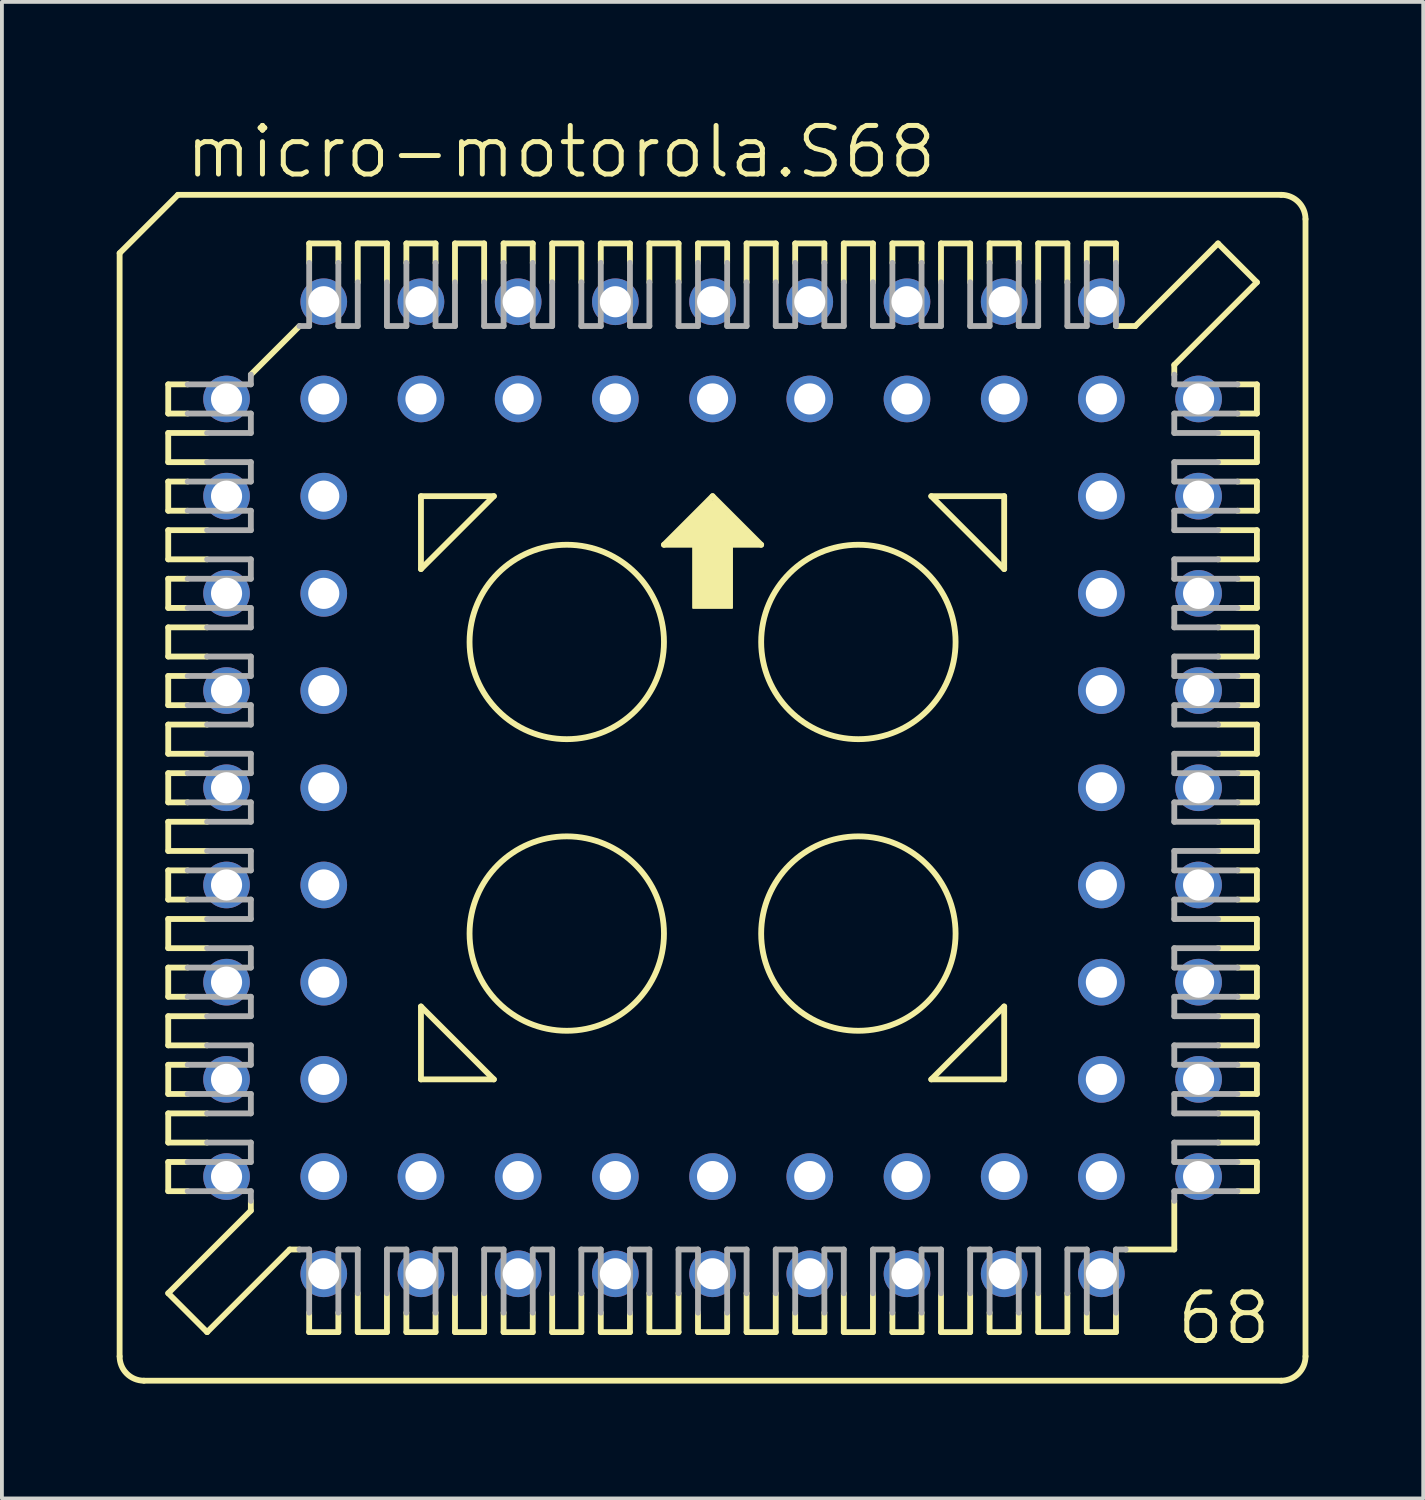
<source format=kicad_pcb>
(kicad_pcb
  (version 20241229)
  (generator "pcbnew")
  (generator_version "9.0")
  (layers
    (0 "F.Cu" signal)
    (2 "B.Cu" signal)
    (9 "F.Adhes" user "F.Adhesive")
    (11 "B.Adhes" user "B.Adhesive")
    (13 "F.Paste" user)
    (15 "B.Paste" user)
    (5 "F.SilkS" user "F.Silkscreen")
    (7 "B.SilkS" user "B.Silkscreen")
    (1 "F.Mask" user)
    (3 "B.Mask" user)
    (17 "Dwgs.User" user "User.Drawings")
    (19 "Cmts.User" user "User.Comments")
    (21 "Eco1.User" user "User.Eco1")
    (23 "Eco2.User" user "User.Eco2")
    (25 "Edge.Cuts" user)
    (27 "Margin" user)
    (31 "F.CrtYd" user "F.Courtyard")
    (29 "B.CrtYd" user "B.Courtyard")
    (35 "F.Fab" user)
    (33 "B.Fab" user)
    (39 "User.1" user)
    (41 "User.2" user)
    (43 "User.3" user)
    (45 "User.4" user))
  (footprint "micro-motorola.S68"
    (layer "F.Cu")
    (at 15.57 17.535)
    (property "Reference" "micro-motorola.S68" (at -13.843 -15.875 0) (layer "F.SilkS") (effects (font (size 1.27 1.27) (thickness 0.13)) (justify left bottom)))
    (attr through_hole)
    (fp_line (start -15.494 -13.97) (end -15.494 14.859) (stroke (width 0.152) (type default)) (layer "F.SilkS"))
    (fp_line (start -14.224 -10.541) (end -14.224 -9.779) (stroke (width 0.152) (type default)) (layer "F.SilkS"))
    (fp_line (start -14.224 -9.779) (end -13.716 -9.779) (stroke (width 0.152) (type default)) (layer "F.SilkS"))
    (fp_line (start -14.224 -9.271) (end -14.224 -8.509) (stroke (width 0.152) (type default)) (layer "F.SilkS"))
    (fp_line (start -14.224 -8.509) (end -13.208 -8.509) (stroke (width 0.152) (type default)) (layer "F.SilkS"))
    (fp_line (start -14.224 -8.001) (end -13.716 -8.001) (stroke (width 0.152) (type default)) (layer "F.SilkS"))
    (fp_line (start -14.224 -7.239) (end -14.224 -8.001) (stroke (width 0.152) (type default)) (layer "F.SilkS"))
    (fp_line (start -14.224 -6.731) (end -14.224 -5.969) (stroke (width 0.152) (type default)) (layer "F.SilkS"))
    (fp_line (start -14.224 -5.969) (end -13.208 -5.969) (stroke (width 0.152) (type default)) (layer "F.SilkS"))
    (fp_line (start -14.224 -5.461) (end -14.224 -4.699) (stroke (width 0.152) (type default)) (layer "F.SilkS"))
    (fp_line (start -14.224 -4.699) (end -13.716 -4.699) (stroke (width 0.152) (type default)) (layer "F.SilkS"))
    (fp_line (start -14.224 -4.191) (end -14.224 -3.429) (stroke (width 0.152) (type default)) (layer "F.SilkS"))
    (fp_line (start -14.224 -3.429) (end -13.208 -3.429) (stroke (width 0.152) (type default)) (layer "F.SilkS"))
    (fp_line (start -14.224 -2.921) (end -14.224 -2.159) (stroke (width 0.152) (type default)) (layer "F.SilkS"))
    (fp_line (start -14.224 -2.159) (end -13.716 -2.159) (stroke (width 0.152) (type default)) (layer "F.SilkS"))
    (fp_line (start -14.224 -1.651) (end -13.208 -1.651) (stroke (width 0.152) (type default)) (layer "F.SilkS"))
    (fp_line (start -14.224 -0.889) (end -14.224 -1.651) (stroke (width 0.152) (type default)) (layer "F.SilkS"))
    (fp_line (start -14.224 -0.381) (end -13.716 -0.381) (stroke (width 0.152) (type default)) (layer "F.SilkS"))
    (fp_line (start -14.224 0.381) (end -14.224 -0.381) (stroke (width 0.152) (type default)) (layer "F.SilkS"))
    (fp_line (start -14.224 0.889) (end -13.208 0.889) (stroke (width 0.152) (type default)) (layer "F.SilkS"))
    (fp_line (start -14.224 1.651) (end -14.224 0.889) (stroke (width 0.152) (type default)) (layer "F.SilkS"))
    (fp_line (start -14.224 2.159) (end -13.716 2.159) (stroke (width 0.152) (type default)) (layer "F.SilkS"))
    (fp_line (start -14.224 2.921) (end -14.224 2.159) (stroke (width 0.152) (type default)) (layer "F.SilkS"))
    (fp_line (start -14.224 3.429) (end -13.208 3.429) (stroke (width 0.152) (type default)) (layer "F.SilkS"))
    (fp_line (start -14.224 4.191) (end -14.224 3.429) (stroke (width 0.152) (type default)) (layer "F.SilkS"))
    (fp_line (start -14.224 4.699) (end -13.716 4.699) (stroke (width 0.152) (type default)) (layer "F.SilkS"))
    (fp_line (start -14.224 5.461) (end -14.224 4.699) (stroke (width 0.152) (type default)) (layer "F.SilkS"))
    (fp_line (start -14.224 5.969) (end -14.224 6.731) (stroke (width 0.152) (type default)) (layer "F.SilkS"))
    (fp_line (start -14.224 6.731) (end -13.208 6.731) (stroke (width 0.152) (type default)) (layer "F.SilkS"))
    (fp_line (start -14.224 7.239) (end -14.224 8.001) (stroke (width 0.152) (type default)) (layer "F.SilkS"))
    (fp_line (start -14.224 8.001) (end -13.716 8.001) (stroke (width 0.152) (type default)) (layer "F.SilkS"))
    (fp_line (start -14.224 8.509) (end -14.224 9.271) (stroke (width 0.152) (type default)) (layer "F.SilkS"))
    (fp_line (start -14.224 9.271) (end -13.208 9.271) (stroke (width 0.152) (type default)) (layer "F.SilkS"))
    (fp_line (start -14.224 9.779) (end -13.716 9.779) (stroke (width 0.152) (type default)) (layer "F.SilkS"))
    (fp_line (start -14.224 10.541) (end -14.224 9.779) (stroke (width 0.152) (type default)) (layer "F.SilkS"))
    (fp_line (start -14.224 13.208) (end -12.065 11.049) (stroke (width 0.152) (type default)) (layer "F.SilkS"))
    (fp_line (start -13.97 -15.494) (end -15.494 -13.97) (stroke (width 0.152) (type default)) (layer "F.SilkS"))
    (fp_line (start -13.716 -10.541) (end -14.224 -10.541) (stroke (width 0.152) (type default)) (layer "F.SilkS"))
    (fp_line (start -13.716 -7.239) (end -14.224 -7.239) (stroke (width 0.152) (type default)) (layer "F.SilkS"))
    (fp_line (start -13.716 -5.461) (end -14.224 -5.461) (stroke (width 0.152) (type default)) (layer "F.SilkS"))
    (fp_line (start -13.716 -2.921) (end -14.224 -2.921) (stroke (width 0.152) (type default)) (layer "F.SilkS"))
    (fp_line (start -13.716 0.381) (end -14.224 0.381) (stroke (width 0.152) (type default)) (layer "F.SilkS"))
    (fp_line (start -13.716 2.921) (end -14.224 2.921) (stroke (width 0.152) (type default)) (layer "F.SilkS"))
    (fp_line (start -13.716 5.461) (end -14.224 5.461) (stroke (width 0.152) (type default)) (layer "F.SilkS"))
    (fp_line (start -13.716 7.239) (end -14.224 7.239) (stroke (width 0.152) (type default)) (layer "F.SilkS"))
    (fp_line (start -13.716 10.541) (end -14.224 10.541) (stroke (width 0.152) (type default)) (layer "F.SilkS"))
    (fp_line (start -13.208 -9.271) (end -14.224 -9.271) (stroke (width 0.152) (type default)) (layer "F.SilkS"))
    (fp_line (start -13.208 -6.731) (end -14.224 -6.731) (stroke (width 0.152) (type default)) (layer "F.SilkS"))
    (fp_line (start -13.208 -4.191) (end -14.224 -4.191) (stroke (width 0.152) (type default)) (layer "F.SilkS"))
    (fp_line (start -13.208 -0.889) (end -14.224 -0.889) (stroke (width 0.152) (type default)) (layer "F.SilkS"))
    (fp_line (start -13.208 1.651) (end -14.224 1.651) (stroke (width 0.152) (type default)) (layer "F.SilkS"))
    (fp_line (start -13.208 4.191) (end -14.224 4.191) (stroke (width 0.152) (type default)) (layer "F.SilkS"))
    (fp_line (start -13.208 5.969) (end -14.224 5.969) (stroke (width 0.152) (type default)) (layer "F.SilkS"))
    (fp_line (start -13.208 8.509) (end -14.224 8.509) (stroke (width 0.152) (type default)) (layer "F.SilkS"))
    (fp_line (start -13.208 14.224) (end -14.224 13.208) (stroke (width 0.152) (type default)) (layer "F.SilkS"))
    (fp_line (start -13.208 14.224) (end -11.049 12.065) (stroke (width 0.152) (type default)) (layer "F.SilkS"))
    (fp_line (start -12.065 -10.795) (end -10.795 -12.065) (stroke (width 0.152) (type default)) (layer "F.SilkS"))
    (fp_line (start -12.065 11.049) (end -12.065 10.795) (stroke (width 0.152) (type default)) (layer "F.SilkS"))
    (fp_line (start -11.049 12.065) (end -10.795 12.065) (stroke (width 0.152) (type default)) (layer "F.SilkS"))
    (fp_line (start -10.541 -14.224) (end -10.541 -13.716) (stroke (width 0.152) (type default)) (layer "F.SilkS"))
    (fp_line (start -10.541 13.716) (end -10.541 14.224) (stroke (width 0.152) (type default)) (layer "F.SilkS"))
    (fp_line (start -10.541 14.224) (end -9.779 14.224) (stroke (width 0.152) (type default)) (layer "F.SilkS"))
    (fp_line (start -9.779 -14.224) (end -10.541 -14.224) (stroke (width 0.152) (type default)) (layer "F.SilkS"))
    (fp_line (start -9.779 -13.716) (end -9.779 -14.224) (stroke (width 0.152) (type default)) (layer "F.SilkS"))
    (fp_line (start -9.779 14.224) (end -9.779 13.716) (stroke (width 0.152) (type default)) (layer "F.SilkS"))
    (fp_line (start -9.271 -14.224) (end -9.271 -13.208) (stroke (width 0.152) (type default)) (layer "F.SilkS"))
    (fp_line (start -9.271 13.208) (end -9.271 14.224) (stroke (width 0.152) (type default)) (layer "F.SilkS"))
    (fp_line (start -9.271 14.224) (end -8.509 14.224) (stroke (width 0.152) (type default)) (layer "F.SilkS"))
    (fp_line (start -8.509 -14.224) (end -9.271 -14.224) (stroke (width 0.152) (type default)) (layer "F.SilkS"))
    (fp_line (start -8.509 -13.208) (end -8.509 -14.224) (stroke (width 0.152) (type default)) (layer "F.SilkS"))
    (fp_line (start -8.509 14.224) (end -8.509 13.208) (stroke (width 0.152) (type default)) (layer "F.SilkS"))
    (fp_line (start -8.001 -14.224) (end -8.001 -13.716) (stroke (width 0.152) (type default)) (layer "F.SilkS"))
    (fp_line (start -8.001 14.224) (end -8.001 13.716) (stroke (width 0.152) (type default)) (layer "F.SilkS"))
    (fp_line (start -7.62 -7.62) (end -5.715 -7.62) (stroke (width 0.152) (type default)) (layer "F.SilkS"))
    (fp_line (start -7.62 -5.715) (end -7.62 -7.62) (stroke (width 0.152) (type default)) (layer "F.SilkS"))
    (fp_line (start -7.62 5.715) (end -5.715 7.62) (stroke (width 0.152) (type default)) (layer "F.SilkS"))
    (fp_line (start -7.62 7.62) (end -7.62 5.715) (stroke (width 0.152) (type default)) (layer "F.SilkS"))
    (fp_line (start -7.239 -14.224) (end -8.001 -14.224) (stroke (width 0.152) (type default)) (layer "F.SilkS"))
    (fp_line (start -7.239 -13.716) (end -7.239 -14.224) (stroke (width 0.152) (type default)) (layer "F.SilkS"))
    (fp_line (start -7.239 13.716) (end -7.239 14.224) (stroke (width 0.152) (type default)) (layer "F.SilkS"))
    (fp_line (start -7.239 14.224) (end -8.001 14.224) (stroke (width 0.152) (type default)) (layer "F.SilkS"))
    (fp_line (start -6.731 -14.224) (end -6.731 -13.208) (stroke (width 0.152) (type default)) (layer "F.SilkS"))
    (fp_line (start -6.731 13.208) (end -6.731 14.224) (stroke (width 0.152) (type default)) (layer "F.SilkS"))
    (fp_line (start -6.731 14.224) (end -5.969 14.224) (stroke (width 0.152) (type default)) (layer "F.SilkS"))
    (fp_line (start -5.969 -14.224) (end -6.731 -14.224) (stroke (width 0.152) (type default)) (layer "F.SilkS"))
    (fp_line (start -5.969 -13.208) (end -5.969 -14.224) (stroke (width 0.152) (type default)) (layer "F.SilkS"))
    (fp_line (start -5.969 14.224) (end -5.969 13.208) (stroke (width 0.152) (type default)) (layer "F.SilkS"))
    (fp_line (start -5.715 -7.62) (end -7.62 -5.715) (stroke (width 0.152) (type default)) (layer "F.SilkS"))
    (fp_line (start -5.715 7.62) (end -7.62 7.62) (stroke (width 0.152) (type default)) (layer "F.SilkS"))
    (fp_line (start -5.461 -14.224) (end -5.461 -13.716) (stroke (width 0.152) (type default)) (layer "F.SilkS"))
    (fp_line (start -5.461 13.716) (end -5.461 14.224) (stroke (width 0.152) (type default)) (layer "F.SilkS"))
    (fp_line (start -5.461 14.224) (end -4.699 14.224) (stroke (width 0.152) (type default)) (layer "F.SilkS"))
    (fp_line (start -4.699 -14.224) (end -5.461 -14.224) (stroke (width 0.152) (type default)) (layer "F.SilkS"))
    (fp_line (start -4.699 -13.716) (end -4.699 -14.224) (stroke (width 0.152) (type default)) (layer "F.SilkS"))
    (fp_line (start -4.699 14.224) (end -4.699 13.716) (stroke (width 0.152) (type default)) (layer "F.SilkS"))
    (fp_line (start -4.191 -14.224) (end -4.191 -13.208) (stroke (width 0.152) (type default)) (layer "F.SilkS"))
    (fp_line (start -4.191 13.208) (end -4.191 14.224) (stroke (width 0.152) (type default)) (layer "F.SilkS"))
    (fp_line (start -4.191 14.224) (end -3.429 14.224) (stroke (width 0.152) (type default)) (layer "F.SilkS"))
    (fp_line (start -3.429 -14.224) (end -4.191 -14.224) (stroke (width 0.152) (type default)) (layer "F.SilkS"))
    (fp_line (start -3.429 -13.208) (end -3.429 -14.224) (stroke (width 0.152) (type default)) (layer "F.SilkS"))
    (fp_line (start -3.429 14.224) (end -3.429 13.208) (stroke (width 0.152) (type default)) (layer "F.SilkS"))
    (fp_line (start -2.921 -14.224) (end -2.921 -13.716) (stroke (width 0.152) (type default)) (layer "F.SilkS"))
    (fp_line (start -2.921 13.716) (end -2.921 14.224) (stroke (width 0.152) (type default)) (layer "F.SilkS"))
    (fp_line (start -2.921 14.224) (end -2.159 14.224) (stroke (width 0.152) (type default)) (layer "F.SilkS"))
    (fp_line (start -2.159 -14.224) (end -2.921 -14.224) (stroke (width 0.152) (type default)) (layer "F.SilkS"))
    (fp_line (start -2.159 -13.716) (end -2.159 -14.224) (stroke (width 0.152) (type default)) (layer "F.SilkS"))
    (fp_line (start -2.159 14.224) (end -2.159 13.716) (stroke (width 0.152) (type default)) (layer "F.SilkS"))
    (fp_line (start -1.651 -14.224) (end -1.651 -13.208) (stroke (width 0.152) (type default)) (layer "F.SilkS"))
    (fp_line (start -1.651 13.208) (end -1.651 14.224) (stroke (width 0.152) (type default)) (layer "F.SilkS"))
    (fp_line (start -1.651 14.224) (end -0.889 14.224) (stroke (width 0.152) (type default)) (layer "F.SilkS"))
    (fp_line (start -1.27 -6.35) (end 1.27 -6.35) (stroke (width 0.152) (type default)) (layer "F.SilkS"))
    (fp_line (start -0.889 -14.224) (end -1.651 -14.224) (stroke (width 0.152) (type default)) (layer "F.SilkS"))
    (fp_line (start -0.889 -13.208) (end -0.889 -14.224) (stroke (width 0.152) (type default)) (layer "F.SilkS"))
    (fp_line (start -0.889 14.224) (end -0.889 13.208) (stroke (width 0.152) (type default)) (layer "F.SilkS"))
    (fp_line (start -0.381 -14.224) (end -0.381 -13.716) (stroke (width 0.152) (type default)) (layer "F.SilkS"))
    (fp_line (start -0.381 13.716) (end -0.381 14.224) (stroke (width 0.152) (type default)) (layer "F.SilkS"))
    (fp_line (start -0.381 14.224) (end 0.381 14.224) (stroke (width 0.152) (type default)) (layer "F.SilkS"))
    (fp_line (start 0 -7.62) (end -1.27 -6.35) (stroke (width 0.152) (type default)) (layer "F.SilkS"))
    (fp_line (start 0.381 -14.224) (end -0.381 -14.224) (stroke (width 0.152) (type default)) (layer "F.SilkS"))
    (fp_line (start 0.381 -13.716) (end 0.381 -14.224) (stroke (width 0.152) (type default)) (layer "F.SilkS"))
    (fp_line (start 0.381 14.224) (end 0.381 13.716) (stroke (width 0.152) (type default)) (layer "F.SilkS"))
    (fp_line (start 0.889 -14.224) (end 0.889 -13.208) (stroke (width 0.152) (type default)) (layer "F.SilkS"))
    (fp_line (start 0.889 13.208) (end 0.889 14.224) (stroke (width 0.152) (type default)) (layer "F.SilkS"))
    (fp_line (start 0.889 14.224) (end 1.651 14.224) (stroke (width 0.152) (type default)) (layer "F.SilkS"))
    (fp_line (start 1.27 -6.35) (end 0 -7.62) (stroke (width 0.152) (type default)) (layer "F.SilkS"))
    (fp_line (start 1.651 -14.224) (end 0.889 -14.224) (stroke (width 0.152) (type default)) (layer "F.SilkS"))
    (fp_line (start 1.651 -13.208) (end 1.651 -14.224) (stroke (width 0.152) (type default)) (layer "F.SilkS"))
    (fp_line (start 1.651 14.224) (end 1.651 13.208) (stroke (width 0.152) (type default)) (layer "F.SilkS"))
    (fp_line (start 2.159 -14.224) (end 2.159 -13.716) (stroke (width 0.152) (type default)) (layer "F.SilkS"))
    (fp_line (start 2.159 13.716) (end 2.159 14.224) (stroke (width 0.152) (type default)) (layer "F.SilkS"))
    (fp_line (start 2.159 14.224) (end 2.921 14.224) (stroke (width 0.152) (type default)) (layer "F.SilkS"))
    (fp_line (start 2.921 -14.224) (end 2.159 -14.224) (stroke (width 0.152) (type default)) (layer "F.SilkS"))
    (fp_line (start 2.921 -13.716) (end 2.921 -14.224) (stroke (width 0.152) (type default)) (layer "F.SilkS"))
    (fp_line (start 2.921 14.224) (end 2.921 13.716) (stroke (width 0.152) (type default)) (layer "F.SilkS"))
    (fp_line (start 3.429 -14.224) (end 3.429 -13.208) (stroke (width 0.152) (type default)) (layer "F.SilkS"))
    (fp_line (start 3.429 13.208) (end 3.429 14.224) (stroke (width 0.152) (type default)) (layer "F.SilkS"))
    (fp_line (start 3.429 14.224) (end 4.191 14.224) (stroke (width 0.152) (type default)) (layer "F.SilkS"))
    (fp_line (start 4.191 -14.224) (end 3.429 -14.224) (stroke (width 0.152) (type default)) (layer "F.SilkS"))
    (fp_line (start 4.191 -13.208) (end 4.191 -14.224) (stroke (width 0.152) (type default)) (layer "F.SilkS"))
    (fp_line (start 4.191 14.224) (end 4.191 13.208) (stroke (width 0.152) (type default)) (layer "F.SilkS"))
    (fp_line (start 4.699 -14.224) (end 4.699 -13.716) (stroke (width 0.152) (type default)) (layer "F.SilkS"))
    (fp_line (start 4.699 13.716) (end 4.699 14.224) (stroke (width 0.152) (type default)) (layer "F.SilkS"))
    (fp_line (start 4.699 14.224) (end 5.461 14.224) (stroke (width 0.152) (type default)) (layer "F.SilkS"))
    (fp_line (start 5.461 -14.224) (end 4.699 -14.224) (stroke (width 0.152) (type default)) (layer "F.SilkS"))
    (fp_line (start 5.461 -13.716) (end 5.461 -14.224) (stroke (width 0.152) (type default)) (layer "F.SilkS"))
    (fp_line (start 5.461 14.224) (end 5.461 13.716) (stroke (width 0.152) (type default)) (layer "F.SilkS"))
    (fp_line (start 5.715 -7.62) (end 7.62 -7.62) (stroke (width 0.152) (type default)) (layer "F.SilkS"))
    (fp_line (start 5.715 7.62) (end 7.62 7.62) (stroke (width 0.152) (type default)) (layer "F.SilkS"))
    (fp_line (start 5.969 -14.224) (end 5.969 -13.208) (stroke (width 0.152) (type default)) (layer "F.SilkS"))
    (fp_line (start 5.969 13.208) (end 5.969 14.224) (stroke (width 0.152) (type default)) (layer "F.SilkS"))
    (fp_line (start 5.969 14.224) (end 6.731 14.224) (stroke (width 0.152) (type default)) (layer "F.SilkS"))
    (fp_line (start 6.731 -14.224) (end 5.969 -14.224) (stroke (width 0.152) (type default)) (layer "F.SilkS"))
    (fp_line (start 6.731 -13.208) (end 6.731 -14.224) (stroke (width 0.152) (type default)) (layer "F.SilkS"))
    (fp_line (start 6.731 14.224) (end 6.731 13.208) (stroke (width 0.152) (type default)) (layer "F.SilkS"))
    (fp_line (start 7.239 -14.224) (end 8.001 -14.224) (stroke (width 0.152) (type default)) (layer "F.SilkS"))
    (fp_line (start 7.239 -13.716) (end 7.239 -14.224) (stroke (width 0.152) (type default)) (layer "F.SilkS"))
    (fp_line (start 7.239 13.716) (end 7.239 14.224) (stroke (width 0.152) (type default)) (layer "F.SilkS"))
    (fp_line (start 7.239 14.224) (end 8.001 14.224) (stroke (width 0.152) (type default)) (layer "F.SilkS"))
    (fp_line (start 7.62 -7.62) (end 7.62 -5.715) (stroke (width 0.152) (type default)) (layer "F.SilkS"))
    (fp_line (start 7.62 -5.715) (end 5.715 -7.62) (stroke (width 0.152) (type default)) (layer "F.SilkS"))
    (fp_line (start 7.62 5.715) (end 5.715 7.62) (stroke (width 0.152) (type default)) (layer "F.SilkS"))
    (fp_line (start 7.62 7.62) (end 7.62 5.715) (stroke (width 0.152) (type default)) (layer "F.SilkS"))
    (fp_line (start 8.001 -14.224) (end 8.001 -13.716) (stroke (width 0.152) (type default)) (layer "F.SilkS"))
    (fp_line (start 8.001 14.224) (end 8.001 13.716) (stroke (width 0.152) (type default)) (layer "F.SilkS"))
    (fp_line (start 8.509 -14.224) (end 8.509 -13.208) (stroke (width 0.152) (type default)) (layer "F.SilkS"))
    (fp_line (start 8.509 13.208) (end 8.509 14.224) (stroke (width 0.152) (type default)) (layer "F.SilkS"))
    (fp_line (start 8.509 14.224) (end 9.271 14.224) (stroke (width 0.152) (type default)) (layer "F.SilkS"))
    (fp_line (start 9.271 -14.224) (end 8.509 -14.224) (stroke (width 0.152) (type default)) (layer "F.SilkS"))
    (fp_line (start 9.271 -13.208) (end 9.271 -14.224) (stroke (width 0.152) (type default)) (layer "F.SilkS"))
    (fp_line (start 9.271 14.224) (end 9.271 13.208) (stroke (width 0.152) (type default)) (layer "F.SilkS"))
    (fp_line (start 9.779 -14.224) (end 9.779 -13.716) (stroke (width 0.152) (type default)) (layer "F.SilkS"))
    (fp_line (start 9.779 13.716) (end 9.779 14.224) (stroke (width 0.152) (type default)) (layer "F.SilkS"))
    (fp_line (start 9.779 14.224) (end 10.541 14.224) (stroke (width 0.152) (type default)) (layer "F.SilkS"))
    (fp_line (start 10.541 -14.224) (end 9.779 -14.224) (stroke (width 0.152) (type default)) (layer "F.SilkS"))
    (fp_line (start 10.541 -13.716) (end 10.541 -14.224) (stroke (width 0.152) (type default)) (layer "F.SilkS"))
    (fp_line (start 10.541 14.224) (end 10.541 13.716) (stroke (width 0.152) (type default)) (layer "F.SilkS"))
    (fp_line (start 10.795 12.065) (end 12.065 12.065) (stroke (width 0.152) (type default)) (layer "F.SilkS"))
    (fp_line (start 11.049 -12.065) (end 10.541 -12.065) (stroke (width 0.152) (type default)) (layer "F.SilkS"))
    (fp_line (start 12.065 -11.049) (end 12.065 -10.795) (stroke (width 0.152) (type default)) (layer "F.SilkS"))
    (fp_line (start 12.065 12.065) (end 12.065 10.795) (stroke (width 0.152) (type default)) (layer "F.SilkS"))
    (fp_line (start 13.208 -14.224) (end 11.049 -12.065) (stroke (width 0.152) (type default)) (layer "F.SilkS"))
    (fp_line (start 13.208 -8.509) (end 14.224 -8.509) (stroke (width 0.152) (type default)) (layer "F.SilkS"))
    (fp_line (start 13.208 -5.969) (end 14.224 -5.969) (stroke (width 0.152) (type default)) (layer "F.SilkS"))
    (fp_line (start 13.208 -4.191) (end 14.224 -4.191) (stroke (width 0.152) (type default)) (layer "F.SilkS"))
    (fp_line (start 13.208 -1.651) (end 14.224 -1.651) (stroke (width 0.152) (type default)) (layer "F.SilkS"))
    (fp_line (start 13.208 0.889) (end 14.224 0.889) (stroke (width 0.152) (type default)) (layer "F.SilkS"))
    (fp_line (start 13.208 4.191) (end 14.224 4.191) (stroke (width 0.152) (type default)) (layer "F.SilkS"))
    (fp_line (start 13.208 6.731) (end 14.224 6.731) (stroke (width 0.152) (type default)) (layer "F.SilkS"))
    (fp_line (start 13.208 9.271) (end 14.224 9.271) (stroke (width 0.152) (type default)) (layer "F.SilkS"))
    (fp_line (start 13.716 -10.541) (end 14.224 -10.541) (stroke (width 0.152) (type default)) (layer "F.SilkS"))
    (fp_line (start 13.716 -7.239) (end 14.224 -7.239) (stroke (width 0.152) (type default)) (layer "F.SilkS"))
    (fp_line (start 13.716 -5.461) (end 14.224 -5.461) (stroke (width 0.152) (type default)) (layer "F.SilkS"))
    (fp_line (start 13.716 -2.921) (end 14.224 -2.921) (stroke (width 0.152) (type default)) (layer "F.SilkS"))
    (fp_line (start 13.716 -0.381) (end 14.224 -0.381) (stroke (width 0.152) (type default)) (layer "F.SilkS"))
    (fp_line (start 13.716 2.921) (end 14.224 2.921) (stroke (width 0.152) (type default)) (layer "F.SilkS"))
    (fp_line (start 13.716 5.461) (end 14.224 5.461) (stroke (width 0.152) (type default)) (layer "F.SilkS"))
    (fp_line (start 13.716 7.239) (end 14.224 7.239) (stroke (width 0.152) (type default)) (layer "F.SilkS"))
    (fp_line (start 13.716 10.541) (end 14.224 10.541) (stroke (width 0.152) (type default)) (layer "F.SilkS"))
    (fp_line (start 14.224 -13.208) (end 12.065 -11.049) (stroke (width 0.152) (type default)) (layer "F.SilkS"))
    (fp_line (start 14.224 -13.208) (end 13.208 -14.224) (stroke (width 0.152) (type default)) (layer "F.SilkS"))
    (fp_line (start 14.224 -10.541) (end 14.224 -9.779) (stroke (width 0.152) (type default)) (layer "F.SilkS"))
    (fp_line (start 14.224 -9.779) (end 13.716 -9.779) (stroke (width 0.152) (type default)) (layer "F.SilkS"))
    (fp_line (start 14.224 -9.271) (end 13.208 -9.271) (stroke (width 0.152) (type default)) (layer "F.SilkS"))
    (fp_line (start 14.224 -8.509) (end 14.224 -9.271) (stroke (width 0.152) (type default)) (layer "F.SilkS"))
    (fp_line (start 14.224 -8.001) (end 13.716 -8.001) (stroke (width 0.152) (type default)) (layer "F.SilkS"))
    (fp_line (start 14.224 -7.239) (end 14.224 -8.001) (stroke (width 0.152) (type default)) (layer "F.SilkS"))
    (fp_line (start 14.224 -6.731) (end 13.208 -6.731) (stroke (width 0.152) (type default)) (layer "F.SilkS"))
    (fp_line (start 14.224 -5.969) (end 14.224 -6.731) (stroke (width 0.152) (type default)) (layer "F.SilkS"))
    (fp_line (start 14.224 -5.461) (end 14.224 -4.699) (stroke (width 0.152) (type default)) (layer "F.SilkS"))
    (fp_line (start 14.224 -4.699) (end 13.716 -4.699) (stroke (width 0.152) (type default)) (layer "F.SilkS"))
    (fp_line (start 14.224 -4.191) (end 14.224 -3.429) (stroke (width 0.152) (type default)) (layer "F.SilkS"))
    (fp_line (start 14.224 -3.429) (end 13.208 -3.429) (stroke (width 0.152) (type default)) (layer "F.SilkS"))
    (fp_line (start 14.224 -2.921) (end 14.224 -2.159) (stroke (width 0.152) (type default)) (layer "F.SilkS"))
    (fp_line (start 14.224 -2.159) (end 13.716 -2.159) (stroke (width 0.152) (type default)) (layer "F.SilkS"))
    (fp_line (start 14.224 -1.651) (end 14.224 -0.889) (stroke (width 0.152) (type default)) (layer "F.SilkS"))
    (fp_line (start 14.224 -0.889) (end 13.208 -0.889) (stroke (width 0.152) (type default)) (layer "F.SilkS"))
    (fp_line (start 14.224 -0.381) (end 14.224 0.381) (stroke (width 0.152) (type default)) (layer "F.SilkS"))
    (fp_line (start 14.224 0.381) (end 13.716 0.381) (stroke (width 0.152) (type default)) (layer "F.SilkS"))
    (fp_line (start 14.224 0.889) (end 14.224 1.651) (stroke (width 0.152) (type default)) (layer "F.SilkS"))
    (fp_line (start 14.224 1.651) (end 13.208 1.651) (stroke (width 0.152) (type default)) (layer "F.SilkS"))
    (fp_line (start 14.224 2.159) (end 13.716 2.159) (stroke (width 0.152) (type default)) (layer "F.SilkS"))
    (fp_line (start 14.224 2.921) (end 14.224 2.159) (stroke (width 0.152) (type default)) (layer "F.SilkS"))
    (fp_line (start 14.224 3.429) (end 13.208 3.429) (stroke (width 0.152) (type default)) (layer "F.SilkS"))
    (fp_line (start 14.224 4.191) (end 14.224 3.429) (stroke (width 0.152) (type default)) (layer "F.SilkS"))
    (fp_line (start 14.224 4.699) (end 13.716 4.699) (stroke (width 0.152) (type default)) (layer "F.SilkS"))
    (fp_line (start 14.224 5.461) (end 14.224 4.699) (stroke (width 0.152) (type default)) (layer "F.SilkS"))
    (fp_line (start 14.224 5.969) (end 13.208 5.969) (stroke (width 0.152) (type default)) (layer "F.SilkS"))
    (fp_line (start 14.224 6.731) (end 14.224 5.969) (stroke (width 0.152) (type default)) (layer "F.SilkS"))
    (fp_line (start 14.224 7.239) (end 14.224 8.001) (stroke (width 0.152) (type default)) (layer "F.SilkS"))
    (fp_line (start 14.224 8.001) (end 13.716 8.001) (stroke (width 0.152) (type default)) (layer "F.SilkS"))
    (fp_line (start 14.224 8.509) (end 13.208 8.509) (stroke (width 0.152) (type default)) (layer "F.SilkS"))
    (fp_line (start 14.224 9.271) (end 14.224 8.509) (stroke (width 0.152) (type default)) (layer "F.SilkS"))
    (fp_line (start 14.224 9.779) (end 13.716 9.779) (stroke (width 0.152) (type default)) (layer "F.SilkS"))
    (fp_line (start 14.224 10.541) (end 14.224 9.779) (stroke (width 0.152) (type default)) (layer "F.SilkS"))
    (fp_line (start 14.859 -15.494) (end -13.97 -15.494) (stroke (width 0.152) (type default)) (layer "F.SilkS"))
    (fp_line (start 14.859 15.494) (end -14.859 15.494) (stroke (width 0.152) (type default)) (layer "F.SilkS"))
    (fp_line (start 15.494 -14.859) (end 15.494 14.859) (stroke (width 0.152) (type default)) (layer "F.SilkS"))
    (fp_rect (start -1.143 -6.35) (end -0.889 -6.477) (stroke (width 0.05) (type default)) (fill yes) (layer "F.SilkS"))
    (fp_rect (start -1.016 -6.477) (end -0.889 -6.604) (stroke (width 0.05) (type default)) (fill yes) (layer "F.SilkS"))
    (fp_rect (start -0.889 -6.35) (end 0.889 -6.731) (stroke (width 0.05) (type default)) (fill yes) (layer "F.SilkS"))
    (fp_rect (start -0.762 -6.731) (end -0.635 -6.858) (stroke (width 0.05) (type default)) (fill yes) (layer "F.SilkS"))
    (fp_rect (start -0.635 -6.731) (end 0.635 -6.985) (stroke (width 0.05) (type default)) (fill yes) (layer "F.SilkS"))
    (fp_rect (start -0.508 -6.985) (end -0.381 -7.112) (stroke (width 0.05) (type default)) (fill yes) (layer "F.SilkS"))
    (fp_rect (start -0.508 -4.699) (end 0.508 -6.604) (stroke (width 0.05) (type default)) (fill yes) (layer "F.SilkS"))
    (fp_rect (start -0.381 -6.985) (end 0.381 -7.239) (stroke (width 0.05) (type default)) (fill yes) (layer "F.SilkS"))
    (fp_rect (start -0.254 -7.239) (end -0.127 -7.366) (stroke (width 0.05) (type default)) (fill yes) (layer "F.SilkS"))
    (fp_rect (start -0.127 -7.239) (end 0.127 -7.493) (stroke (width 0.05) (type default)) (fill yes) (layer "F.SilkS"))
    (fp_rect (start 0.127 -7.239) (end 0.254 -7.366) (stroke (width 0.05) (type default)) (fill yes) (layer "F.SilkS"))
    (fp_rect (start 0.381 -6.985) (end 0.508 -7.112) (stroke (width 0.05) (type default)) (fill yes) (layer "F.SilkS"))
    (fp_rect (start 0.635 -6.731) (end 0.762 -6.858) (stroke (width 0.05) (type default)) (fill yes) (layer "F.SilkS"))
    (fp_rect (start 0.889 -6.477) (end 1.016 -6.604) (stroke (width 0.05) (type default)) (fill yes) (layer "F.SilkS"))
    (fp_rect (start 0.889 -6.35) (end 1.143 -6.477) (stroke (width 0.05) (type default)) (fill yes) (layer "F.SilkS"))
    (fp_arc (start -14.859 15.494) (mid -15.308013 15.308013) (end -15.494 14.859) (stroke (width 0.1524) (type default)) (layer "F.SilkS"))
    (fp_arc (start 14.859 -15.494) (mid 15.308013 -15.308013) (end 15.494 -14.859) (stroke (width 0.1524) (type default)) (layer "F.SilkS"))
    (fp_arc (start 15.494 14.859) (mid 15.308013 15.308013) (end 14.859 15.494) (stroke (width 0.1524) (type default)) (layer "F.SilkS"))
    (fp_circle (center -3.81 -3.81) (end -1.27 -3.81) (stroke (width 0.152) (type default)) (fill no) (layer "F.SilkS"))
    (fp_circle (center -3.81 3.81) (end -1.27 3.81) (stroke (width 0.152) (type default)) (fill no) (layer "F.SilkS"))
    (fp_circle (center 3.81 -3.81) (end 6.35 -3.81) (stroke (width 0.152) (type default)) (fill no) (layer "F.SilkS"))
    (fp_circle (center 3.81 3.81) (end 6.35 3.81) (stroke (width 0.152) (type default)) (fill no) (layer "F.SilkS"))
    (fp_line (start -13.716 -10.541) (end -12.065 -10.541) (stroke (width 0.152) (type default)) (layer "F.Fab"))
    (fp_line (start -13.716 -7.239) (end -12.065 -7.239) (stroke (width 0.152) (type default)) (layer "F.Fab"))
    (fp_line (start -13.716 -5.461) (end -12.065 -5.461) (stroke (width 0.152) (type default)) (layer "F.Fab"))
    (fp_line (start -13.716 -2.921) (end -12.065 -2.921) (stroke (width 0.152) (type default)) (layer "F.Fab"))
    (fp_line (start -13.716 0.381) (end -12.065 0.381) (stroke (width 0.152) (type default)) (layer "F.Fab"))
    (fp_line (start -13.716 2.921) (end -12.065 2.921) (stroke (width 0.152) (type default)) (layer "F.Fab"))
    (fp_line (start -13.716 5.461) (end -12.065 5.461) (stroke (width 0.152) (type default)) (layer "F.Fab"))
    (fp_line (start -13.716 7.239) (end -12.065 7.239) (stroke (width 0.152) (type default)) (layer "F.Fab"))
    (fp_line (start -13.716 9.779) (end -12.065 9.779) (stroke (width 0.152) (type default)) (layer "F.Fab"))
    (fp_line (start -13.716 10.541) (end -12.065 10.541) (stroke (width 0.152) (type default)) (layer "F.Fab"))
    (fp_line (start -13.208 -9.271) (end -12.065 -9.271) (stroke (width 0.152) (type default)) (layer "F.Fab"))
    (fp_line (start -13.208 -6.731) (end -12.065 -6.731) (stroke (width 0.152) (type default)) (layer "F.Fab"))
    (fp_line (start -13.208 -4.191) (end -12.065 -4.191) (stroke (width 0.152) (type default)) (layer "F.Fab"))
    (fp_line (start -13.208 -0.889) (end -12.065 -0.889) (stroke (width 0.152) (type default)) (layer "F.Fab"))
    (fp_line (start -13.208 1.651) (end -12.065 1.651) (stroke (width 0.152) (type default)) (layer "F.Fab"))
    (fp_line (start -13.208 4.191) (end -12.065 4.191) (stroke (width 0.152) (type default)) (layer "F.Fab"))
    (fp_line (start -13.208 5.969) (end -12.065 5.969) (stroke (width 0.152) (type default)) (layer "F.Fab"))
    (fp_line (start -13.208 8.509) (end -12.065 8.509) (stroke (width 0.152) (type default)) (layer "F.Fab"))
    (fp_line (start -12.065 -10.541) (end -12.065 -10.795) (stroke (width 0.152) (type default)) (layer "F.Fab"))
    (fp_line (start -12.065 -9.779) (end -13.716 -9.779) (stroke (width 0.152) (type default)) (layer "F.Fab"))
    (fp_line (start -12.065 -9.779) (end -12.065 -9.271) (stroke (width 0.152) (type default)) (layer "F.Fab"))
    (fp_line (start -12.065 -8.509) (end -13.208 -8.509) (stroke (width 0.152) (type default)) (layer "F.Fab"))
    (fp_line (start -12.065 -8.001) (end -13.716 -8.001) (stroke (width 0.152) (type default)) (layer "F.Fab"))
    (fp_line (start -12.065 -8.001) (end -12.065 -8.509) (stroke (width 0.152) (type default)) (layer "F.Fab"))
    (fp_line (start -12.065 -6.731) (end -12.065 -7.239) (stroke (width 0.152) (type default)) (layer "F.Fab"))
    (fp_line (start -12.065 -5.969) (end -13.208 -5.969) (stroke (width 0.152) (type default)) (layer "F.Fab"))
    (fp_line (start -12.065 -5.969) (end -12.065 -5.461) (stroke (width 0.152) (type default)) (layer "F.Fab"))
    (fp_line (start -12.065 -4.699) (end -13.716 -4.699) (stroke (width 0.152) (type default)) (layer "F.Fab"))
    (fp_line (start -12.065 -4.699) (end -12.065 -4.191) (stroke (width 0.152) (type default)) (layer "F.Fab"))
    (fp_line (start -12.065 -3.429) (end -13.208 -3.429) (stroke (width 0.152) (type default)) (layer "F.Fab"))
    (fp_line (start -12.065 -3.429) (end -12.065 -2.921) (stroke (width 0.152) (type default)) (layer "F.Fab"))
    (fp_line (start -12.065 -2.159) (end -13.716 -2.159) (stroke (width 0.152) (type default)) (layer "F.Fab"))
    (fp_line (start -12.065 -2.159) (end -12.065 -1.651) (stroke (width 0.152) (type default)) (layer "F.Fab"))
    (fp_line (start -12.065 -1.651) (end -13.208 -1.651) (stroke (width 0.152) (type default)) (layer "F.Fab"))
    (fp_line (start -12.065 -0.381) (end -13.716 -0.381) (stroke (width 0.152) (type default)) (layer "F.Fab"))
    (fp_line (start -12.065 -0.381) (end -12.065 -0.889) (stroke (width 0.152) (type default)) (layer "F.Fab"))
    (fp_line (start -12.065 0.889) (end -13.208 0.889) (stroke (width 0.152) (type default)) (layer "F.Fab"))
    (fp_line (start -12.065 0.889) (end -12.065 0.381) (stroke (width 0.152) (type default)) (layer "F.Fab"))
    (fp_line (start -12.065 2.159) (end -13.716 2.159) (stroke (width 0.152) (type default)) (layer "F.Fab"))
    (fp_line (start -12.065 2.159) (end -12.065 1.651) (stroke (width 0.152) (type default)) (layer "F.Fab"))
    (fp_line (start -12.065 3.429) (end -13.208 3.429) (stroke (width 0.152) (type default)) (layer "F.Fab"))
    (fp_line (start -12.065 3.429) (end -12.065 2.921) (stroke (width 0.152) (type default)) (layer "F.Fab"))
    (fp_line (start -12.065 4.699) (end -13.716 4.699) (stroke (width 0.152) (type default)) (layer "F.Fab"))
    (fp_line (start -12.065 4.699) (end -12.065 4.191) (stroke (width 0.152) (type default)) (layer "F.Fab"))
    (fp_line (start -12.065 5.461) (end -12.065 5.969) (stroke (width 0.152) (type default)) (layer "F.Fab"))
    (fp_line (start -12.065 6.731) (end -13.208 6.731) (stroke (width 0.152) (type default)) (layer "F.Fab"))
    (fp_line (start -12.065 6.731) (end -12.065 7.239) (stroke (width 0.152) (type default)) (layer "F.Fab"))
    (fp_line (start -12.065 8.001) (end -13.716 8.001) (stroke (width 0.152) (type default)) (layer "F.Fab"))
    (fp_line (start -12.065 8.001) (end -12.065 8.509) (stroke (width 0.152) (type default)) (layer "F.Fab"))
    (fp_line (start -12.065 9.271) (end -13.208 9.271) (stroke (width 0.152) (type default)) (layer "F.Fab"))
    (fp_line (start -12.065 9.271) (end -12.065 9.779) (stroke (width 0.152) (type default)) (layer "F.Fab"))
    (fp_line (start -12.065 10.541) (end -12.065 10.795) (stroke (width 0.152) (type default)) (layer "F.Fab"))
    (fp_line (start -10.795 -12.065) (end -10.541 -12.065) (stroke (width 0.152) (type default)) (layer "F.Fab"))
    (fp_line (start -10.541 -12.065) (end -10.541 -13.716) (stroke (width 0.152) (type default)) (layer "F.Fab"))
    (fp_line (start -10.541 12.065) (end -10.795 12.065) (stroke (width 0.152) (type default)) (layer "F.Fab"))
    (fp_line (start -10.541 13.716) (end -10.541 12.065) (stroke (width 0.152) (type default)) (layer "F.Fab"))
    (fp_line (start -9.779 -13.716) (end -9.779 -12.065) (stroke (width 0.152) (type default)) (layer "F.Fab"))
    (fp_line (start -9.779 12.065) (end -9.779 13.716) (stroke (width 0.152) (type default)) (layer "F.Fab"))
    (fp_line (start -9.779 12.065) (end -9.271 12.065) (stroke (width 0.152) (type default)) (layer "F.Fab"))
    (fp_line (start -9.271 -12.065) (end -9.779 -12.065) (stroke (width 0.152) (type default)) (layer "F.Fab"))
    (fp_line (start -9.271 -12.065) (end -9.271 -13.208) (stroke (width 0.152) (type default)) (layer "F.Fab"))
    (fp_line (start -9.271 13.208) (end -9.271 12.065) (stroke (width 0.152) (type default)) (layer "F.Fab"))
    (fp_line (start -8.509 -13.208) (end -8.509 -12.065) (stroke (width 0.152) (type default)) (layer "F.Fab"))
    (fp_line (start -8.509 12.065) (end -8.509 13.208) (stroke (width 0.152) (type default)) (layer "F.Fab"))
    (fp_line (start -8.001 -12.065) (end -8.509 -12.065) (stroke (width 0.152) (type default)) (layer "F.Fab"))
    (fp_line (start -8.001 -12.065) (end -8.001 -13.716) (stroke (width 0.152) (type default)) (layer "F.Fab"))
    (fp_line (start -8.001 12.065) (end -8.509 12.065) (stroke (width 0.152) (type default)) (layer "F.Fab"))
    (fp_line (start -8.001 12.065) (end -8.001 13.716) (stroke (width 0.152) (type default)) (layer "F.Fab"))
    (fp_line (start -7.239 -13.716) (end -7.239 -12.065) (stroke (width 0.152) (type default)) (layer "F.Fab"))
    (fp_line (start -7.239 13.716) (end -7.239 12.065) (stroke (width 0.152) (type default)) (layer "F.Fab"))
    (fp_line (start -6.731 -12.065) (end -7.239 -12.065) (stroke (width 0.152) (type default)) (layer "F.Fab"))
    (fp_line (start -6.731 -12.065) (end -6.731 -13.208) (stroke (width 0.152) (type default)) (layer "F.Fab"))
    (fp_line (start -6.731 12.065) (end -7.239 12.065) (stroke (width 0.152) (type default)) (layer "F.Fab"))
    (fp_line (start -6.731 13.208) (end -6.731 12.065) (stroke (width 0.152) (type default)) (layer "F.Fab"))
    (fp_line (start -5.969 -13.208) (end -5.969 -12.065) (stroke (width 0.152) (type default)) (layer "F.Fab"))
    (fp_line (start -5.969 12.065) (end -5.969 13.208) (stroke (width 0.152) (type default)) (layer "F.Fab"))
    (fp_line (start -5.969 12.065) (end -5.461 12.065) (stroke (width 0.152) (type default)) (layer "F.Fab"))
    (fp_line (start -5.461 -12.065) (end -5.969 -12.065) (stroke (width 0.152) (type default)) (layer "F.Fab"))
    (fp_line (start -5.461 -12.065) (end -5.461 -13.716) (stroke (width 0.152) (type default)) (layer "F.Fab"))
    (fp_line (start -5.461 13.716) (end -5.461 12.065) (stroke (width 0.152) (type default)) (layer "F.Fab"))
    (fp_line (start -4.699 -13.716) (end -4.699 -12.065) (stroke (width 0.152) (type default)) (layer "F.Fab"))
    (fp_line (start -4.699 12.065) (end -4.699 13.716) (stroke (width 0.152) (type default)) (layer "F.Fab"))
    (fp_line (start -4.699 12.065) (end -4.191 12.065) (stroke (width 0.152) (type default)) (layer "F.Fab"))
    (fp_line (start -4.191 -12.065) (end -4.699 -12.065) (stroke (width 0.152) (type default)) (layer "F.Fab"))
    (fp_line (start -4.191 -12.065) (end -4.191 -13.208) (stroke (width 0.152) (type default)) (layer "F.Fab"))
    (fp_line (start -4.191 13.208) (end -4.191 12.065) (stroke (width 0.152) (type default)) (layer "F.Fab"))
    (fp_line (start -3.429 -13.208) (end -3.429 -12.065) (stroke (width 0.152) (type default)) (layer "F.Fab"))
    (fp_line (start -3.429 12.065) (end -3.429 13.208) (stroke (width 0.152) (type default)) (layer "F.Fab"))
    (fp_line (start -3.429 12.065) (end -2.921 12.065) (stroke (width 0.152) (type default)) (layer "F.Fab"))
    (fp_line (start -2.921 -12.065) (end -3.429 -12.065) (stroke (width 0.152) (type default)) (layer "F.Fab"))
    (fp_line (start -2.921 -12.065) (end -2.921 -13.716) (stroke (width 0.152) (type default)) (layer "F.Fab"))
    (fp_line (start -2.921 13.716) (end -2.921 12.065) (stroke (width 0.152) (type default)) (layer "F.Fab"))
    (fp_line (start -2.159 -13.716) (end -2.159 -12.065) (stroke (width 0.152) (type default)) (layer "F.Fab"))
    (fp_line (start -2.159 12.065) (end -2.159 13.716) (stroke (width 0.152) (type default)) (layer "F.Fab"))
    (fp_line (start -2.159 12.065) (end -1.651 12.065) (stroke (width 0.152) (type default)) (layer "F.Fab"))
    (fp_line (start -1.651 -12.065) (end -2.159 -12.065) (stroke (width 0.152) (type default)) (layer "F.Fab"))
    (fp_line (start -1.651 -12.065) (end -1.651 -13.208) (stroke (width 0.152) (type default)) (layer "F.Fab"))
    (fp_line (start -1.651 13.208) (end -1.651 12.065) (stroke (width 0.152) (type default)) (layer "F.Fab"))
    (fp_line (start -0.889 -13.208) (end -0.889 -12.065) (stroke (width 0.152) (type default)) (layer "F.Fab"))
    (fp_line (start -0.889 12.065) (end -0.889 13.208) (stroke (width 0.152) (type default)) (layer "F.Fab"))
    (fp_line (start -0.889 12.065) (end -0.381 12.065) (stroke (width 0.152) (type default)) (layer "F.Fab"))
    (fp_line (start -0.381 -12.065) (end -0.889 -12.065) (stroke (width 0.152) (type default)) (layer "F.Fab"))
    (fp_line (start -0.381 -12.065) (end -0.381 -13.716) (stroke (width 0.152) (type default)) (layer "F.Fab"))
    (fp_line (start -0.381 13.716) (end -0.381 12.065) (stroke (width 0.152) (type default)) (layer "F.Fab"))
    (fp_line (start 0.381 -13.716) (end 0.381 -12.065) (stroke (width 0.152) (type default)) (layer "F.Fab"))
    (fp_line (start 0.381 12.065) (end 0.381 13.716) (stroke (width 0.152) (type default)) (layer "F.Fab"))
    (fp_line (start 0.381 12.065) (end 0.889 12.065) (stroke (width 0.152) (type default)) (layer "F.Fab"))
    (fp_line (start 0.889 -12.065) (end 0.381 -12.065) (stroke (width 0.152) (type default)) (layer "F.Fab"))
    (fp_line (start 0.889 -12.065) (end 0.889 -13.208) (stroke (width 0.152) (type default)) (layer "F.Fab"))
    (fp_line (start 0.889 13.208) (end 0.889 12.065) (stroke (width 0.152) (type default)) (layer "F.Fab"))
    (fp_line (start 1.651 -13.208) (end 1.651 -12.065) (stroke (width 0.152) (type default)) (layer "F.Fab"))
    (fp_line (start 1.651 12.065) (end 1.651 13.208) (stroke (width 0.152) (type default)) (layer "F.Fab"))
    (fp_line (start 1.651 12.065) (end 2.159 12.065) (stroke (width 0.152) (type default)) (layer "F.Fab"))
    (fp_line (start 2.159 -12.065) (end 1.651 -12.065) (stroke (width 0.152) (type default)) (layer "F.Fab"))
    (fp_line (start 2.159 -12.065) (end 2.159 -13.716) (stroke (width 0.152) (type default)) (layer "F.Fab"))
    (fp_line (start 2.159 13.716) (end 2.159 12.065) (stroke (width 0.152) (type default)) (layer "F.Fab"))
    (fp_line (start 2.921 -13.716) (end 2.921 -12.065) (stroke (width 0.152) (type default)) (layer "F.Fab"))
    (fp_line (start 2.921 12.065) (end 2.921 13.716) (stroke (width 0.152) (type default)) (layer "F.Fab"))
    (fp_line (start 2.921 12.065) (end 3.429 12.065) (stroke (width 0.152) (type default)) (layer "F.Fab"))
    (fp_line (start 3.429 -12.065) (end 2.921 -12.065) (stroke (width 0.152) (type default)) (layer "F.Fab"))
    (fp_line (start 3.429 -12.065) (end 3.429 -13.208) (stroke (width 0.152) (type default)) (layer "F.Fab"))
    (fp_line (start 3.429 13.208) (end 3.429 12.065) (stroke (width 0.152) (type default)) (layer "F.Fab"))
    (fp_line (start 4.191 -13.208) (end 4.191 -12.065) (stroke (width 0.152) (type default)) (layer "F.Fab"))
    (fp_line (start 4.191 12.065) (end 4.191 13.208) (stroke (width 0.152) (type default)) (layer "F.Fab"))
    (fp_line (start 4.191 12.065) (end 4.699 12.065) (stroke (width 0.152) (type default)) (layer "F.Fab"))
    (fp_line (start 4.699 -12.065) (end 4.191 -12.065) (stroke (width 0.152) (type default)) (layer "F.Fab"))
    (fp_line (start 4.699 -12.065) (end 4.699 -13.716) (stroke (width 0.152) (type default)) (layer "F.Fab"))
    (fp_line (start 4.699 13.716) (end 4.699 12.065) (stroke (width 0.152) (type default)) (layer "F.Fab"))
    (fp_line (start 5.461 -13.716) (end 5.461 -12.065) (stroke (width 0.152) (type default)) (layer "F.Fab"))
    (fp_line (start 5.461 12.065) (end 5.461 13.716) (stroke (width 0.152) (type default)) (layer "F.Fab"))
    (fp_line (start 5.461 12.065) (end 5.969 12.065) (stroke (width 0.152) (type default)) (layer "F.Fab"))
    (fp_line (start 5.969 -12.065) (end 5.461 -12.065) (stroke (width 0.152) (type default)) (layer "F.Fab"))
    (fp_line (start 5.969 -12.065) (end 5.969 -13.208) (stroke (width 0.152) (type default)) (layer "F.Fab"))
    (fp_line (start 5.969 13.208) (end 5.969 12.065) (stroke (width 0.152) (type default)) (layer "F.Fab"))
    (fp_line (start 6.731 -13.208) (end 6.731 -12.065) (stroke (width 0.152) (type default)) (layer "F.Fab"))
    (fp_line (start 6.731 -12.065) (end 7.239 -12.065) (stroke (width 0.152) (type default)) (layer "F.Fab"))
    (fp_line (start 6.731 12.065) (end 6.731 13.208) (stroke (width 0.152) (type default)) (layer "F.Fab"))
    (fp_line (start 6.731 12.065) (end 7.239 12.065) (stroke (width 0.152) (type default)) (layer "F.Fab"))
    (fp_line (start 7.239 -13.716) (end 7.239 -12.065) (stroke (width 0.152) (type default)) (layer "F.Fab"))
    (fp_line (start 7.239 13.716) (end 7.239 12.065) (stroke (width 0.152) (type default)) (layer "F.Fab"))
    (fp_line (start 8.001 -12.065) (end 8.001 -13.716) (stroke (width 0.152) (type default)) (layer "F.Fab"))
    (fp_line (start 8.001 -12.065) (end 8.509 -12.065) (stroke (width 0.152) (type default)) (layer "F.Fab"))
    (fp_line (start 8.001 12.065) (end 8.001 13.716) (stroke (width 0.152) (type default)) (layer "F.Fab"))
    (fp_line (start 8.001 12.065) (end 8.509 12.065) (stroke (width 0.152) (type default)) (layer "F.Fab"))
    (fp_line (start 8.509 -12.065) (end 8.509 -13.208) (stroke (width 0.152) (type default)) (layer "F.Fab"))
    (fp_line (start 8.509 13.208) (end 8.509 12.065) (stroke (width 0.152) (type default)) (layer "F.Fab"))
    (fp_line (start 9.271 -13.208) (end 9.271 -12.065) (stroke (width 0.152) (type default)) (layer "F.Fab"))
    (fp_line (start 9.271 13.208) (end 9.271 12.065) (stroke (width 0.152) (type default)) (layer "F.Fab"))
    (fp_line (start 9.779 -12.065) (end 9.271 -12.065) (stroke (width 0.152) (type default)) (layer "F.Fab"))
    (fp_line (start 9.779 -12.065) (end 9.779 -13.716) (stroke (width 0.152) (type default)) (layer "F.Fab"))
    (fp_line (start 9.779 12.065) (end 9.271 12.065) (stroke (width 0.152) (type default)) (layer "F.Fab"))
    (fp_line (start 9.779 13.716) (end 9.779 12.065) (stroke (width 0.152) (type default)) (layer "F.Fab"))
    (fp_line (start 10.541 -13.716) (end 10.541 -12.065) (stroke (width 0.152) (type default)) (layer "F.Fab"))
    (fp_line (start 10.541 12.065) (end 10.541 13.716) (stroke (width 0.152) (type default)) (layer "F.Fab"))
    (fp_line (start 10.795 12.065) (end 10.541 12.065) (stroke (width 0.152) (type default)) (layer "F.Fab"))
    (fp_line (start 12.065 -10.541) (end 12.065 -10.795) (stroke (width 0.152) (type default)) (layer "F.Fab"))
    (fp_line (start 12.065 -9.779) (end 12.065 -9.271) (stroke (width 0.152) (type default)) (layer "F.Fab"))
    (fp_line (start 12.065 -9.779) (end 13.716 -9.779) (stroke (width 0.152) (type default)) (layer "F.Fab"))
    (fp_line (start 12.065 -9.271) (end 13.208 -9.271) (stroke (width 0.152) (type default)) (layer "F.Fab"))
    (fp_line (start 12.065 -8.001) (end 12.065 -8.509) (stroke (width 0.152) (type default)) (layer "F.Fab"))
    (fp_line (start 12.065 -8.001) (end 13.716 -8.001) (stroke (width 0.152) (type default)) (layer "F.Fab"))
    (fp_line (start 12.065 -6.731) (end 12.065 -7.239) (stroke (width 0.152) (type default)) (layer "F.Fab"))
    (fp_line (start 12.065 -6.731) (end 13.208 -6.731) (stroke (width 0.152) (type default)) (layer "F.Fab"))
    (fp_line (start 12.065 -5.461) (end 12.065 -5.969) (stroke (width 0.152) (type default)) (layer "F.Fab"))
    (fp_line (start 12.065 -4.699) (end 12.065 -4.191) (stroke (width 0.152) (type default)) (layer "F.Fab"))
    (fp_line (start 12.065 -4.699) (end 13.716 -4.699) (stroke (width 0.152) (type default)) (layer "F.Fab"))
    (fp_line (start 12.065 -3.429) (end 12.065 -2.921) (stroke (width 0.152) (type default)) (layer "F.Fab"))
    (fp_line (start 12.065 -3.429) (end 13.208 -3.429) (stroke (width 0.152) (type default)) (layer "F.Fab"))
    (fp_line (start 12.065 -2.159) (end 12.065 -1.651) (stroke (width 0.152) (type default)) (layer "F.Fab"))
    (fp_line (start 12.065 -2.159) (end 13.716 -2.159) (stroke (width 0.152) (type default)) (layer "F.Fab"))
    (fp_line (start 12.065 -0.889) (end 12.065 -0.381) (stroke (width 0.152) (type default)) (layer "F.Fab"))
    (fp_line (start 12.065 -0.889) (end 13.208 -0.889) (stroke (width 0.152) (type default)) (layer "F.Fab"))
    (fp_line (start 12.065 0.381) (end 12.065 0.889) (stroke (width 0.152) (type default)) (layer "F.Fab"))
    (fp_line (start 12.065 0.381) (end 13.716 0.381) (stroke (width 0.152) (type default)) (layer "F.Fab"))
    (fp_line (start 12.065 1.651) (end 12.065 2.159) (stroke (width 0.152) (type default)) (layer "F.Fab"))
    (fp_line (start 12.065 1.651) (end 13.208 1.651) (stroke (width 0.152) (type default)) (layer "F.Fab"))
    (fp_line (start 12.065 2.159) (end 13.716 2.159) (stroke (width 0.152) (type default)) (layer "F.Fab"))
    (fp_line (start 12.065 3.429) (end 12.065 2.921) (stroke (width 0.152) (type default)) (layer "F.Fab"))
    (fp_line (start 12.065 3.429) (end 13.208 3.429) (stroke (width 0.152) (type default)) (layer "F.Fab"))
    (fp_line (start 12.065 4.699) (end 12.065 4.191) (stroke (width 0.152) (type default)) (layer "F.Fab"))
    (fp_line (start 12.065 4.699) (end 13.716 4.699) (stroke (width 0.152) (type default)) (layer "F.Fab"))
    (fp_line (start 12.065 5.969) (end 12.065 5.461) (stroke (width 0.152) (type default)) (layer "F.Fab"))
    (fp_line (start 12.065 5.969) (end 13.208 5.969) (stroke (width 0.152) (type default)) (layer "F.Fab"))
    (fp_line (start 12.065 6.731) (end 12.065 7.239) (stroke (width 0.152) (type default)) (layer "F.Fab"))
    (fp_line (start 12.065 8.001) (end 12.065 8.509) (stroke (width 0.152) (type default)) (layer "F.Fab"))
    (fp_line (start 12.065 8.001) (end 13.716 8.001) (stroke (width 0.152) (type default)) (layer "F.Fab"))
    (fp_line (start 12.065 8.509) (end 13.208 8.509) (stroke (width 0.152) (type default)) (layer "F.Fab"))
    (fp_line (start 12.065 9.779) (end 12.065 9.271) (stroke (width 0.152) (type default)) (layer "F.Fab"))
    (fp_line (start 12.065 9.779) (end 13.716 9.779) (stroke (width 0.152) (type default)) (layer "F.Fab"))
    (fp_line (start 12.065 10.541) (end 12.065 10.795) (stroke (width 0.152) (type default)) (layer "F.Fab"))
    (fp_line (start 13.208 -8.509) (end 12.065 -8.509) (stroke (width 0.152) (type default)) (layer "F.Fab"))
    (fp_line (start 13.208 -5.969) (end 12.065 -5.969) (stroke (width 0.152) (type default)) (layer "F.Fab"))
    (fp_line (start 13.208 -4.191) (end 12.065 -4.191) (stroke (width 0.152) (type default)) (layer "F.Fab"))
    (fp_line (start 13.208 -1.651) (end 12.065 -1.651) (stroke (width 0.152) (type default)) (layer "F.Fab"))
    (fp_line (start 13.208 0.889) (end 12.065 0.889) (stroke (width 0.152) (type default)) (layer "F.Fab"))
    (fp_line (start 13.208 4.191) (end 12.065 4.191) (stroke (width 0.152) (type default)) (layer "F.Fab"))
    (fp_line (start 13.208 6.731) (end 12.065 6.731) (stroke (width 0.152) (type default)) (layer "F.Fab"))
    (fp_line (start 13.208 9.271) (end 12.065 9.271) (stroke (width 0.152) (type default)) (layer "F.Fab"))
    (fp_line (start 13.716 -10.541) (end 12.065 -10.541) (stroke (width 0.152) (type default)) (layer "F.Fab"))
    (fp_line (start 13.716 -7.239) (end 12.065 -7.239) (stroke (width 0.152) (type default)) (layer "F.Fab"))
    (fp_line (start 13.716 -5.461) (end 12.065 -5.461) (stroke (width 0.152) (type default)) (layer "F.Fab"))
    (fp_line (start 13.716 -2.921) (end 12.065 -2.921) (stroke (width 0.152) (type default)) (layer "F.Fab"))
    (fp_line (start 13.716 -0.381) (end 12.065 -0.381) (stroke (width 0.152) (type default)) (layer "F.Fab"))
    (fp_line (start 13.716 2.921) (end 12.065 2.921) (stroke (width 0.152) (type default)) (layer "F.Fab"))
    (fp_line (start 13.716 5.461) (end 12.065 5.461) (stroke (width 0.152) (type default)) (layer "F.Fab"))
    (fp_line (start 13.716 7.239) (end 12.065 7.239) (stroke (width 0.152) (type default)) (layer "F.Fab"))
    (fp_line (start 13.716 10.541) (end 12.065 10.541) (stroke (width 0.152) (type default)) (layer "F.Fab"))
    (fp_text user "68" (at 12.065 14.605 0) (layer "F.SilkS") (effects (font (size 1.27 1.27) (thickness 0.13)) (justify left bottom)))
    (pad "1" thru_hole circle (at 0 -12.7) (size 1.219 1.219) (drill 0.813) (layers "*.Cu" "*.Mask"))
    (pad "2" thru_hole circle (at 0 -10.16) (size 1.219 1.219) (drill 0.813) (layers "*.Cu" "*.Mask"))
    (pad "3" thru_hole circle (at -2.54 -12.7) (size 1.219 1.219) (drill 0.813) (layers "*.Cu" "*.Mask"))
    (pad "4" thru_hole circle (at -2.54 -10.16) (size 1.219 1.219) (drill 0.813) (layers "*.Cu" "*.Mask"))
    (pad "5" thru_hole circle (at -5.08 -12.7) (size 1.219 1.219) (drill 0.813) (layers "*.Cu" "*.Mask"))
    (pad "6" thru_hole circle (at -5.08 -10.16) (size 1.219 1.219) (drill 0.813) (layers "*.Cu" "*.Mask"))
    (pad "7" thru_hole circle (at -7.62 -12.7) (size 1.219 1.219) (drill 0.813) (layers "*.Cu" "*.Mask"))
    (pad "8" thru_hole circle (at -7.62 -10.16) (size 1.219 1.219) (drill 0.813) (layers "*.Cu" "*.Mask"))
    (pad "9" thru_hole circle (at -10.16 -12.7) (size 1.219 1.219) (drill 0.813) (layers "*.Cu" "*.Mask"))
    (pad "10" thru_hole circle (at -12.7 -10.16) (size 1.219 1.219) (drill 0.813) (layers "*.Cu" "*.Mask"))
    (pad "11" thru_hole circle (at -10.16 -10.16) (size 1.219 1.219) (drill 0.813) (layers "*.Cu" "*.Mask"))
    (pad "12" thru_hole circle (at -12.7 -7.62) (size 1.219 1.219) (drill 0.813) (layers "*.Cu" "*.Mask"))
    (pad "13" thru_hole circle (at -10.16 -7.62) (size 1.219 1.219) (drill 0.813) (layers "*.Cu" "*.Mask"))
    (pad "14" thru_hole circle (at -12.7 -5.08) (size 1.219 1.219) (drill 0.813) (layers "*.Cu" "*.Mask"))
    (pad "15" thru_hole circle (at -10.16 -5.08) (size 1.219 1.219) (drill 0.813) (layers "*.Cu" "*.Mask"))
    (pad "16" thru_hole circle (at -12.7 -2.54) (size 1.219 1.219) (drill 0.813) (layers "*.Cu" "*.Mask"))
    (pad "17" thru_hole circle (at -10.16 -2.54) (size 1.219 1.219) (drill 0.813) (layers "*.Cu" "*.Mask"))
    (pad "18" thru_hole circle (at -12.7 0) (size 1.219 1.219) (drill 0.813) (layers "*.Cu" "*.Mask"))
    (pad "19" thru_hole circle (at -10.16 0) (size 1.219 1.219) (drill 0.813) (layers "*.Cu" "*.Mask"))
    (pad "20" thru_hole circle (at -12.7 2.54) (size 1.219 1.219) (drill 0.813) (layers "*.Cu" "*.Mask"))
    (pad "21" thru_hole circle (at -10.16 2.54) (size 1.219 1.219) (drill 0.813) (layers "*.Cu" "*.Mask"))
    (pad "22" thru_hole circle (at -12.7 5.08) (size 1.219 1.219) (drill 0.813) (layers "*.Cu" "*.Mask"))
    (pad "23" thru_hole circle (at -10.16 5.08) (size 1.219 1.219) (drill 0.813) (layers "*.Cu" "*.Mask"))
    (pad "24" thru_hole circle (at -12.7 7.62) (size 1.219 1.219) (drill 0.813) (layers "*.Cu" "*.Mask"))
    (pad "25" thru_hole circle (at -10.16 7.62) (size 1.219 1.219) (drill 0.813) (layers "*.Cu" "*.Mask"))
    (pad "26" thru_hole circle (at -12.7 10.16) (size 1.219 1.219) (drill 0.813) (layers "*.Cu" "*.Mask"))
    (pad "27" thru_hole circle (at -10.16 12.7) (size 1.219 1.219) (drill 0.813) (layers "*.Cu" "*.Mask"))
    (pad "28" thru_hole circle (at -10.16 10.16) (size 1.219 1.219) (drill 0.813) (layers "*.Cu" "*.Mask"))
    (pad "29" thru_hole circle (at -7.62 12.7) (size 1.219 1.219) (drill 0.813) (layers "*.Cu" "*.Mask"))
    (pad "30" thru_hole circle (at -7.62 10.16) (size 1.219 1.219) (drill 0.813) (layers "*.Cu" "*.Mask"))
    (pad "31" thru_hole circle (at -5.08 12.7) (size 1.219 1.219) (drill 0.813) (layers "*.Cu" "*.Mask"))
    (pad "32" thru_hole circle (at -5.08 10.16) (size 1.219 1.219) (drill 0.813) (layers "*.Cu" "*.Mask"))
    (pad "33" thru_hole circle (at -2.54 12.7) (size 1.219 1.219) (drill 0.813) (layers "*.Cu" "*.Mask"))
    (pad "34" thru_hole circle (at -2.54 10.16) (size 1.219 1.219) (drill 0.813) (layers "*.Cu" "*.Mask"))
    (pad "35" thru_hole circle (at 0 12.7) (size 1.219 1.219) (drill 0.813) (layers "*.Cu" "*.Mask"))
    (pad "36" thru_hole circle (at 0 10.16) (size 1.219 1.219) (drill 0.813) (layers "*.Cu" "*.Mask"))
    (pad "37" thru_hole circle (at 2.54 12.7) (size 1.219 1.219) (drill 0.813) (layers "*.Cu" "*.Mask"))
    (pad "38" thru_hole circle (at 2.54 10.16) (size 1.219 1.219) (drill 0.813) (layers "*.Cu" "*.Mask"))
    (pad "39" thru_hole circle (at 5.08 12.7) (size 1.219 1.219) (drill 0.813) (layers "*.Cu" "*.Mask"))
    (pad "40" thru_hole circle (at 5.08 10.16) (size 1.219 1.219) (drill 0.813) (layers "*.Cu" "*.Mask"))
    (pad "41" thru_hole circle (at 7.62 12.7) (size 1.219 1.219) (drill 0.813) (layers "*.Cu" "*.Mask"))
    (pad "42" thru_hole circle (at 7.62 10.16) (size 1.219 1.219) (drill 0.813) (layers "*.Cu" "*.Mask"))
    (pad "43" thru_hole circle (at 10.16 12.7) (size 1.219 1.219) (drill 0.813) (layers "*.Cu" "*.Mask"))
    (pad "44" thru_hole circle (at 12.7 10.16) (size 1.219 1.219) (drill 0.813) (layers "*.Cu" "*.Mask"))
    (pad "45" thru_hole circle (at 10.16 10.16) (size 1.219 1.219) (drill 0.813) (layers "*.Cu" "*.Mask"))
    (pad "46" thru_hole circle (at 12.7 7.62) (size 1.219 1.219) (drill 0.813) (layers "*.Cu" "*.Mask"))
    (pad "47" thru_hole circle (at 10.16 7.62) (size 1.219 1.219) (drill 0.813) (layers "*.Cu" "*.Mask"))
    (pad "48" thru_hole circle (at 12.7 5.08) (size 1.219 1.219) (drill 0.813) (layers "*.Cu" "*.Mask"))
    (pad "49" thru_hole circle (at 10.16 5.08) (size 1.219 1.219) (drill 0.813) (layers "*.Cu" "*.Mask"))
    (pad "50" thru_hole circle (at 12.7 2.54) (size 1.219 1.219) (drill 0.813) (layers "*.Cu" "*.Mask"))
    (pad "51" thru_hole circle (at 10.16 2.54) (size 1.219 1.219) (drill 0.813) (layers "*.Cu" "*.Mask"))
    (pad "52" thru_hole circle (at 12.7 0) (size 1.219 1.219) (drill 0.813) (layers "*.Cu" "*.Mask"))
    (pad "53" thru_hole circle (at 10.16 0) (size 1.219 1.219) (drill 0.813) (layers "*.Cu" "*.Mask"))
    (pad "54" thru_hole circle (at 12.7 -2.54) (size 1.219 1.219) (drill 0.813) (layers "*.Cu" "*.Mask"))
    (pad "55" thru_hole circle (at 10.16 -2.54) (size 1.219 1.219) (drill 0.813) (layers "*.Cu" "*.Mask"))
    (pad "56" thru_hole circle (at 12.7 -5.08) (size 1.219 1.219) (drill 0.813) (layers "*.Cu" "*.Mask"))
    (pad "57" thru_hole circle (at 10.16 -5.08) (size 1.219 1.219) (drill 0.813) (layers "*.Cu" "*.Mask"))
    (pad "58" thru_hole circle (at 12.7 -7.62) (size 1.219 1.219) (drill 0.813) (layers "*.Cu" "*.Mask"))
    (pad "59" thru_hole circle (at 10.16 -7.62) (size 1.219 1.219) (drill 0.813) (layers "*.Cu" "*.Mask"))
    (pad "60" thru_hole circle (at 12.7 -10.16) (size 1.219 1.219) (drill 0.813) (layers "*.Cu" "*.Mask"))
    (pad "61" thru_hole circle (at 10.16 -12.7) (size 1.219 1.219) (drill 0.813) (layers "*.Cu" "*.Mask"))
    (pad "62" thru_hole circle (at 10.16 -10.16) (size 1.219 1.219) (drill 0.813) (layers "*.Cu" "*.Mask"))
    (pad "63" thru_hole circle (at 7.62 -12.7) (size 1.219 1.219) (drill 0.813) (layers "*.Cu" "*.Mask"))
    (pad "64" thru_hole circle (at 7.62 -10.16) (size 1.219 1.219) (drill 0.813) (layers "*.Cu" "*.Mask"))
    (pad "65" thru_hole circle (at 5.08 -12.7) (size 1.219 1.219) (drill 0.813) (layers "*.Cu" "*.Mask"))
    (pad "66" thru_hole circle (at 5.08 -10.16) (size 1.219 1.219) (drill 0.813) (layers "*.Cu" "*.Mask"))
    (pad "67" thru_hole circle (at 2.54 -12.7) (size 1.219 1.219) (drill 0.813) (layers "*.Cu" "*.Mask"))
    (pad "68" thru_hole circle (at 2.54 -10.16) (size 1.219 1.219) (drill 0.813) (layers "*.Cu" "*.Mask")))
  (gr_rect
    (start -3 -3)
    (end 34.14 36.105)
    (stroke (width 0.1) (type default))
    (fill no)
    (layer "Edge.Cuts")))
</source>
